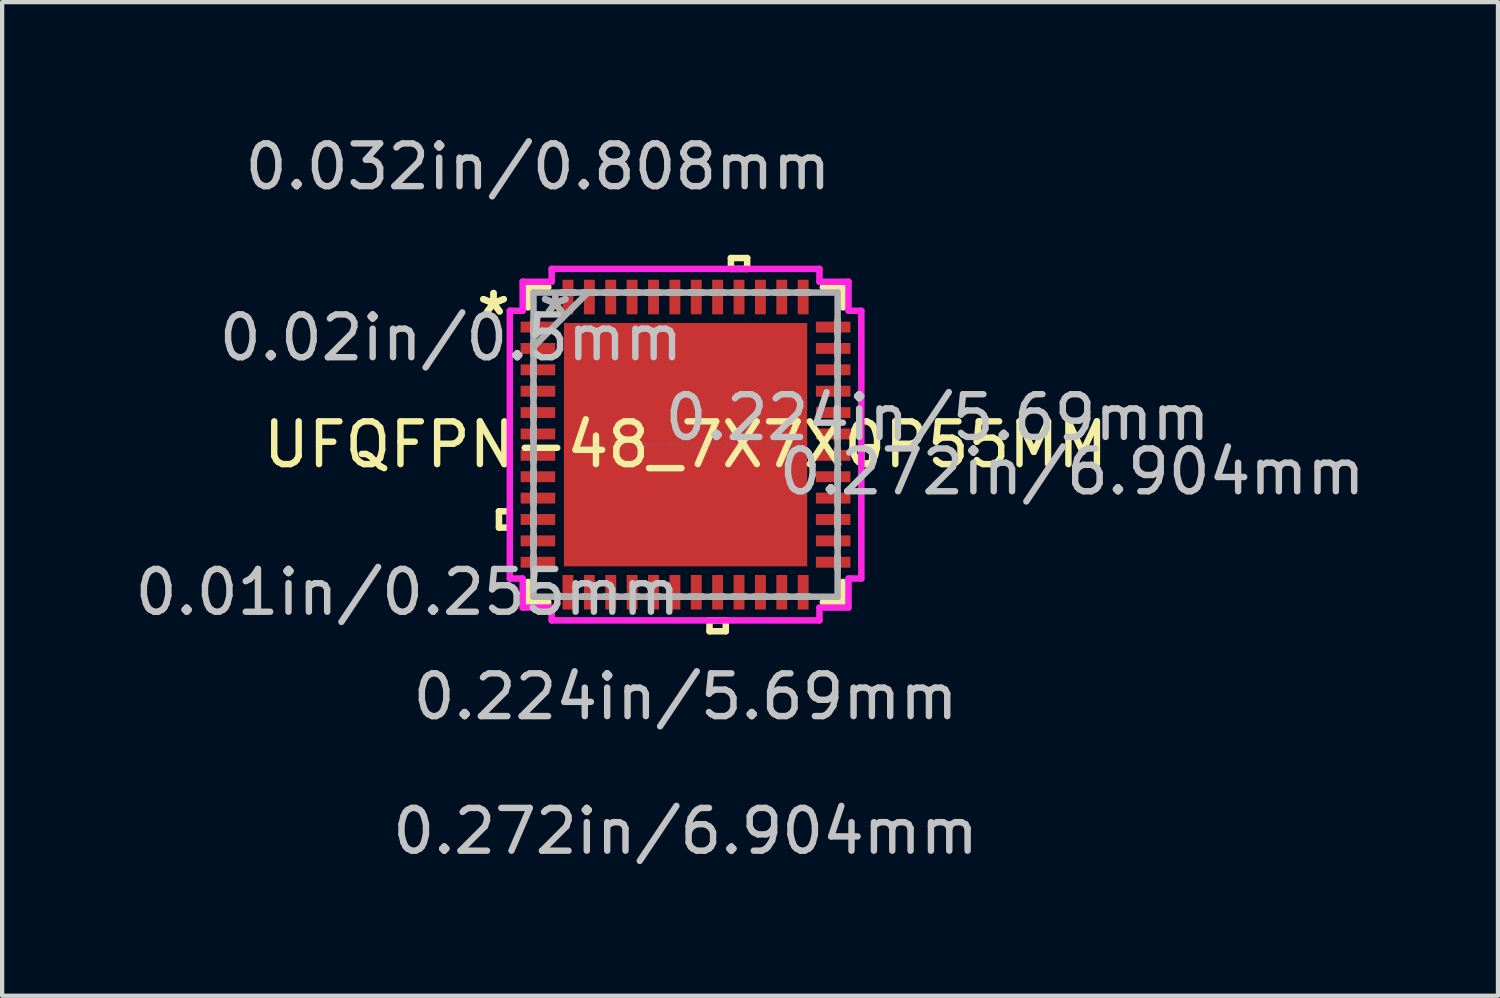
<source format=kicad_pcb>
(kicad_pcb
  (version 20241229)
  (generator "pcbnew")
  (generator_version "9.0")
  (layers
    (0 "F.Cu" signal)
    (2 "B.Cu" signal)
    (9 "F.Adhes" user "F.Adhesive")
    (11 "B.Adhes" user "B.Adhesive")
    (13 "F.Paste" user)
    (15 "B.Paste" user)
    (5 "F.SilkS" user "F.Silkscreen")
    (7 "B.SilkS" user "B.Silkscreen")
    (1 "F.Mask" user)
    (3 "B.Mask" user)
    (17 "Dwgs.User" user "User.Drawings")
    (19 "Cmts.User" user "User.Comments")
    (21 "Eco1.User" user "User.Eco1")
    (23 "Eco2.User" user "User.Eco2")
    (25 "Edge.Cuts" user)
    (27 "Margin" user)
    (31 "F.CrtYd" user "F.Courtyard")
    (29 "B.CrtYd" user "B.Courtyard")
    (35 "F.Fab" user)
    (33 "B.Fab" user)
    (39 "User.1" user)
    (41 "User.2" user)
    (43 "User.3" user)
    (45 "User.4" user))
  (footprint "UFQFPN-48_7X7X0P55MM"
    (layer "F.Cu")
    (at 12.982 7.348)
    (property "Reference" "UFQFPN-48_7X7X0P55MM" (at 0 0 0) (layer "F.SilkS") (effects (font (size 1 1) (thickness 0.15))))
    (attr through_hole)
    (fp_line (start -4.364 1.559) (end -4.364 1.94) (stroke (width 0.152) (type solid)) (layer "F.SilkS"))
    (fp_line (start -4.364 1.94) (end -4.11 1.94) (stroke (width 0.152) (type solid)) (layer "F.SilkS"))
    (fp_line (start -4.11 1.559) (end -4.364 1.559) (stroke (width 0.152) (type solid)) (layer "F.SilkS"))
    (fp_line (start -4.11 1.94) (end -4.11 1.559) (stroke (width 0.152) (type solid)) (layer "F.SilkS"))
    (fp_line (start -3.683 -3.683) (end -3.683 -3.21) (stroke (width 0.152) (type solid)) (layer "F.SilkS"))
    (fp_line (start -3.683 3.21) (end -3.683 3.683) (stroke (width 0.152) (type solid)) (layer "F.SilkS"))
    (fp_line (start -3.683 3.683) (end -3.21 3.683) (stroke (width 0.152) (type solid)) (layer "F.SilkS"))
    (fp_line (start -3.21 -3.683) (end -3.683 -3.683) (stroke (width 0.152) (type solid)) (layer "F.SilkS"))
    (fp_line (start 0.56 4.11) (end 0.56 4.364) (stroke (width 0.152) (type solid)) (layer "F.SilkS"))
    (fp_line (start 0.56 4.364) (end 0.941 4.364) (stroke (width 0.152) (type solid)) (layer "F.SilkS"))
    (fp_line (start 0.941 4.11) (end 0.56 4.11) (stroke (width 0.152) (type solid)) (layer "F.SilkS"))
    (fp_line (start 0.941 4.364) (end 0.941 4.11) (stroke (width 0.152) (type solid)) (layer "F.SilkS"))
    (fp_line (start 1.06 -4.364) (end 1.44 -4.364) (stroke (width 0.152) (type solid)) (layer "F.SilkS"))
    (fp_line (start 1.06 -4.11) (end 1.06 -4.364) (stroke (width 0.152) (type solid)) (layer "F.SilkS"))
    (fp_line (start 1.44 -4.364) (end 1.44 -4.11) (stroke (width 0.152) (type solid)) (layer "F.SilkS"))
    (fp_line (start 1.44 -4.11) (end 1.06 -4.11) (stroke (width 0.152) (type solid)) (layer "F.SilkS"))
    (fp_line (start 3.21 3.683) (end 3.683 3.683) (stroke (width 0.152) (type solid)) (layer "F.SilkS"))
    (fp_line (start 3.683 -3.683) (end 3.21 -3.683) (stroke (width 0.152) (type solid)) (layer "F.SilkS"))
    (fp_line (start 3.683 -3.21) (end 3.683 -3.683) (stroke (width 0.152) (type solid)) (layer "F.SilkS"))
    (fp_line (start 3.683 3.683) (end 3.683 3.21) (stroke (width 0.152) (type solid)) (layer "F.SilkS"))
    (fp_line (start 4.11 0.059) (end 4.364 0.059) (stroke (width 0.152) (type solid)) (layer "F.SilkS"))
    (fp_line (start 4.11 0.441) (end 4.11 0.059) (stroke (width 0.152) (type solid)) (layer "F.SilkS"))
    (fp_line (start 4.364 0.059) (end 4.364 0.441) (stroke (width 0.152) (type solid)) (layer "F.SilkS"))
    (fp_line (start 4.364 0.441) (end 4.11 0.441) (stroke (width 0.152) (type solid)) (layer "F.SilkS"))
    (fp_line (start -2.745 -2.745) (end -2.745 -1.522) (stroke (width 0.152) (type solid)) (layer "F.Paste"))
    (fp_line (start -2.745 -1.522) (end -1.522 -1.522) (stroke (width 0.152) (type solid)) (layer "F.Paste"))
    (fp_line (start -2.745 -1.322) (end -2.745 -0.1) (stroke (width 0.152) (type solid)) (layer "F.Paste"))
    (fp_line (start -2.745 -0.1) (end -1.522 -0.1) (stroke (width 0.152) (type solid)) (layer "F.Paste"))
    (fp_line (start -2.745 0.1) (end -2.745 1.322) (stroke (width 0.152) (type solid)) (layer "F.Paste"))
    (fp_line (start -2.745 1.322) (end -1.522 1.322) (stroke (width 0.152) (type solid)) (layer "F.Paste"))
    (fp_line (start -2.745 1.522) (end -2.745 2.745) (stroke (width 0.152) (type solid)) (layer "F.Paste"))
    (fp_line (start -2.745 2.745) (end -1.522 2.745) (stroke (width 0.152) (type solid)) (layer "F.Paste"))
    (fp_line (start -1.522 -2.745) (end -2.745 -2.745) (stroke (width 0.152) (type solid)) (layer "F.Paste"))
    (fp_line (start -1.522 -1.522) (end -1.522 -2.745) (stroke (width 0.152) (type solid)) (layer "F.Paste"))
    (fp_line (start -1.522 -1.322) (end -2.745 -1.322) (stroke (width 0.152) (type solid)) (layer "F.Paste"))
    (fp_line (start -1.522 -0.1) (end -1.522 -1.322) (stroke (width 0.152) (type solid)) (layer "F.Paste"))
    (fp_line (start -1.522 0.1) (end -2.745 0.1) (stroke (width 0.152) (type solid)) (layer "F.Paste"))
    (fp_line (start -1.522 1.322) (end -1.522 0.1) (stroke (width 0.152) (type solid)) (layer "F.Paste"))
    (fp_line (start -1.522 1.522) (end -2.745 1.522) (stroke (width 0.152) (type solid)) (layer "F.Paste"))
    (fp_line (start -1.522 2.745) (end -1.522 1.522) (stroke (width 0.152) (type solid)) (layer "F.Paste"))
    (fp_line (start -1.322 -2.745) (end -1.322 -1.522) (stroke (width 0.152) (type solid)) (layer "F.Paste"))
    (fp_line (start -1.322 -1.522) (end -0.1 -1.522) (stroke (width 0.152) (type solid)) (layer "F.Paste"))
    (fp_line (start -1.322 -1.322) (end -1.322 -0.1) (stroke (width 0.152) (type solid)) (layer "F.Paste"))
    (fp_line (start -1.322 -0.1) (end -0.1 -0.1) (stroke (width 0.152) (type solid)) (layer "F.Paste"))
    (fp_line (start -1.322 0.1) (end -1.322 1.322) (stroke (width 0.152) (type solid)) (layer "F.Paste"))
    (fp_line (start -1.322 1.322) (end -0.1 1.322) (stroke (width 0.152) (type solid)) (layer "F.Paste"))
    (fp_line (start -1.322 1.522) (end -1.322 2.745) (stroke (width 0.152) (type solid)) (layer "F.Paste"))
    (fp_line (start -1.322 2.745) (end -0.1 2.745) (stroke (width 0.152) (type solid)) (layer "F.Paste"))
    (fp_line (start -0.1 -2.745) (end -1.322 -2.745) (stroke (width 0.152) (type solid)) (layer "F.Paste"))
    (fp_line (start -0.1 -1.522) (end -0.1 -2.745) (stroke (width 0.152) (type solid)) (layer "F.Paste"))
    (fp_line (start -0.1 -1.322) (end -1.322 -1.322) (stroke (width 0.152) (type solid)) (layer "F.Paste"))
    (fp_line (start -0.1 -0.1) (end -0.1 -1.322) (stroke (width 0.152) (type solid)) (layer "F.Paste"))
    (fp_line (start -0.1 0.1) (end -1.322 0.1) (stroke (width 0.152) (type solid)) (layer "F.Paste"))
    (fp_line (start -0.1 1.322) (end -0.1 0.1) (stroke (width 0.152) (type solid)) (layer "F.Paste"))
    (fp_line (start -0.1 1.522) (end -1.322 1.522) (stroke (width 0.152) (type solid)) (layer "F.Paste"))
    (fp_line (start -0.1 2.745) (end -0.1 1.522) (stroke (width 0.152) (type solid)) (layer "F.Paste"))
    (fp_line (start 0.1 -2.745) (end 0.1 -1.522) (stroke (width 0.152) (type solid)) (layer "F.Paste"))
    (fp_line (start 0.1 -1.522) (end 1.322 -1.522) (stroke (width 0.152) (type solid)) (layer "F.Paste"))
    (fp_line (start 0.1 -1.322) (end 0.1 -0.1) (stroke (width 0.152) (type solid)) (layer "F.Paste"))
    (fp_line (start 0.1 -0.1) (end 1.322 -0.1) (stroke (width 0.152) (type solid)) (layer "F.Paste"))
    (fp_line (start 0.1 0.1) (end 0.1 1.322) (stroke (width 0.152) (type solid)) (layer "F.Paste"))
    (fp_line (start 0.1 1.322) (end 1.322 1.322) (stroke (width 0.152) (type solid)) (layer "F.Paste"))
    (fp_line (start 0.1 1.522) (end 0.1 2.745) (stroke (width 0.152) (type solid)) (layer "F.Paste"))
    (fp_line (start 0.1 2.745) (end 1.322 2.745) (stroke (width 0.152) (type solid)) (layer "F.Paste"))
    (fp_line (start 1.322 -2.745) (end 0.1 -2.745) (stroke (width 0.152) (type solid)) (layer "F.Paste"))
    (fp_line (start 1.322 -1.522) (end 1.322 -2.745) (stroke (width 0.152) (type solid)) (layer "F.Paste"))
    (fp_line (start 1.322 -1.322) (end 0.1 -1.322) (stroke (width 0.152) (type solid)) (layer "F.Paste"))
    (fp_line (start 1.322 -0.1) (end 1.322 -1.322) (stroke (width 0.152) (type solid)) (layer "F.Paste"))
    (fp_line (start 1.322 0.1) (end 0.1 0.1) (stroke (width 0.152) (type solid)) (layer "F.Paste"))
    (fp_line (start 1.322 1.322) (end 1.322 0.1) (stroke (width 0.152) (type solid)) (layer "F.Paste"))
    (fp_line (start 1.322 1.522) (end 0.1 1.522) (stroke (width 0.152) (type solid)) (layer "F.Paste"))
    (fp_line (start 1.322 2.745) (end 1.322 1.522) (stroke (width 0.152) (type solid)) (layer "F.Paste"))
    (fp_line (start 1.522 -2.745) (end 1.522 -1.522) (stroke (width 0.152) (type solid)) (layer "F.Paste"))
    (fp_line (start 1.522 -1.522) (end 2.745 -1.522) (stroke (width 0.152) (type solid)) (layer "F.Paste"))
    (fp_line (start 1.522 -1.322) (end 1.522 -0.1) (stroke (width 0.152) (type solid)) (layer "F.Paste"))
    (fp_line (start 1.522 -0.1) (end 2.745 -0.1) (stroke (width 0.152) (type solid)) (layer "F.Paste"))
    (fp_line (start 1.522 0.1) (end 1.522 1.322) (stroke (width 0.152) (type solid)) (layer "F.Paste"))
    (fp_line (start 1.522 1.322) (end 2.745 1.322) (stroke (width 0.152) (type solid)) (layer "F.Paste"))
    (fp_line (start 1.522 1.522) (end 1.522 2.745) (stroke (width 0.152) (type solid)) (layer "F.Paste"))
    (fp_line (start 1.522 2.745) (end 2.745 2.745) (stroke (width 0.152) (type solid)) (layer "F.Paste"))
    (fp_line (start 2.745 -2.745) (end 1.522 -2.745) (stroke (width 0.152) (type solid)) (layer "F.Paste"))
    (fp_line (start 2.745 -1.522) (end 2.745 -2.745) (stroke (width 0.152) (type solid)) (layer "F.Paste"))
    (fp_line (start 2.745 -1.322) (end 1.522 -1.322) (stroke (width 0.152) (type solid)) (layer "F.Paste"))
    (fp_line (start 2.745 -0.1) (end 2.745 -1.322) (stroke (width 0.152) (type solid)) (layer "F.Paste"))
    (fp_line (start 2.745 0.1) (end 1.522 0.1) (stroke (width 0.152) (type solid)) (layer "F.Paste"))
    (fp_line (start 2.745 1.322) (end 2.745 0.1) (stroke (width 0.152) (type solid)) (layer "F.Paste"))
    (fp_line (start 2.745 1.522) (end 1.522 1.522) (stroke (width 0.152) (type solid)) (layer "F.Paste"))
    (fp_line (start 2.745 2.745) (end 2.745 1.522) (stroke (width 0.152) (type solid)) (layer "F.Paste"))
    (fp_line (start -4.11 -3.131) (end -3.81 -3.131) (stroke (width 0.152) (type solid)) (layer "F.CrtYd"))
    (fp_line (start -4.11 3.131) (end -4.11 -3.131) (stroke (width 0.152) (type solid)) (layer "F.CrtYd"))
    (fp_line (start -3.81 -3.81) (end -3.131 -3.81) (stroke (width 0.152) (type solid)) (layer "F.CrtYd"))
    (fp_line (start -3.81 -3.131) (end -3.81 -3.81) (stroke (width 0.152) (type solid)) (layer "F.CrtYd"))
    (fp_line (start -3.81 3.131) (end -4.11 3.131) (stroke (width 0.152) (type solid)) (layer "F.CrtYd"))
    (fp_line (start -3.81 3.81) (end -3.81 3.131) (stroke (width 0.152) (type solid)) (layer "F.CrtYd"))
    (fp_line (start -3.131 -4.11) (end 3.131 -4.11) (stroke (width 0.152) (type solid)) (layer "F.CrtYd"))
    (fp_line (start -3.131 -3.81) (end -3.131 -4.11) (stroke (width 0.152) (type solid)) (layer "F.CrtYd"))
    (fp_line (start -3.131 3.81) (end -3.81 3.81) (stroke (width 0.152) (type solid)) (layer "F.CrtYd"))
    (fp_line (start -3.131 4.11) (end -3.131 3.81) (stroke (width 0.152) (type solid)) (layer "F.CrtYd"))
    (fp_line (start 3.131 -4.11) (end 3.131 -3.81) (stroke (width 0.152) (type solid)) (layer "F.CrtYd"))
    (fp_line (start 3.131 -3.81) (end 3.81 -3.81) (stroke (width 0.152) (type solid)) (layer "F.CrtYd"))
    (fp_line (start 3.131 3.81) (end 3.131 4.11) (stroke (width 0.152) (type solid)) (layer "F.CrtYd"))
    (fp_line (start 3.131 4.11) (end -3.131 4.11) (stroke (width 0.152) (type solid)) (layer "F.CrtYd"))
    (fp_line (start 3.81 -3.81) (end 3.81 -3.131) (stroke (width 0.152) (type solid)) (layer "F.CrtYd"))
    (fp_line (start 3.81 -3.131) (end 4.11 -3.131) (stroke (width 0.152) (type solid)) (layer "F.CrtYd"))
    (fp_line (start 3.81 3.131) (end 3.81 3.81) (stroke (width 0.152) (type solid)) (layer "F.CrtYd"))
    (fp_line (start 3.81 3.81) (end 3.131 3.81) (stroke (width 0.152) (type solid)) (layer "F.CrtYd"))
    (fp_line (start 4.11 -3.131) (end 4.11 3.131) (stroke (width 0.152) (type solid)) (layer "F.CrtYd"))
    (fp_line (start 4.11 3.131) (end 3.81 3.131) (stroke (width 0.152) (type solid)) (layer "F.CrtYd"))
    (fp_line (start -3.556 -3.556) (end -3.556 -3.556) (stroke (width 0.152) (type solid)) (layer "F.Fab"))
    (fp_line (start -3.556 -3.556) (end -3.556 3.556) (stroke (width 0.152) (type solid)) (layer "F.Fab"))
    (fp_line (start -3.556 -2.902) (end -3.556 -2.902) (stroke (width 0.152) (type solid)) (layer "F.Fab"))
    (fp_line (start -3.556 -2.902) (end -3.556 -2.598) (stroke (width 0.152) (type solid)) (layer "F.Fab"))
    (fp_line (start -3.556 -2.598) (end -3.556 -2.902) (stroke (width 0.152) (type solid)) (layer "F.Fab"))
    (fp_line (start -3.556 -2.598) (end -3.556 -2.598) (stroke (width 0.152) (type solid)) (layer "F.Fab"))
    (fp_line (start -3.556 -2.402) (end -3.556 -2.402) (stroke (width 0.152) (type solid)) (layer "F.Fab"))
    (fp_line (start -3.556 -2.402) (end -3.556 -2.098) (stroke (width 0.152) (type solid)) (layer "F.Fab"))
    (fp_line (start -3.556 -2.286) (end -2.286 -3.556) (stroke (width 0.152) (type solid)) (layer "F.Fab"))
    (fp_line (start -3.556 -2.098) (end -3.556 -2.402) (stroke (width 0.152) (type solid)) (layer "F.Fab"))
    (fp_line (start -3.556 -2.098) (end -3.556 -2.098) (stroke (width 0.152) (type solid)) (layer "F.Fab"))
    (fp_line (start -3.556 -1.902) (end -3.556 -1.902) (stroke (width 0.152) (type solid)) (layer "F.Fab"))
    (fp_line (start -3.556 -1.902) (end -3.556 -1.598) (stroke (width 0.152) (type solid)) (layer "F.Fab"))
    (fp_line (start -3.556 -1.598) (end -3.556 -1.902) (stroke (width 0.152) (type solid)) (layer "F.Fab"))
    (fp_line (start -3.556 -1.598) (end -3.556 -1.598) (stroke (width 0.152) (type solid)) (layer "F.Fab"))
    (fp_line (start -3.556 -1.402) (end -3.556 -1.402) (stroke (width 0.152) (type solid)) (layer "F.Fab"))
    (fp_line (start -3.556 -1.402) (end -3.556 -1.098) (stroke (width 0.152) (type solid)) (layer "F.Fab"))
    (fp_line (start -3.556 -1.098) (end -3.556 -1.402) (stroke (width 0.152) (type solid)) (layer "F.Fab"))
    (fp_line (start -3.556 -1.098) (end -3.556 -1.098) (stroke (width 0.152) (type solid)) (layer "F.Fab"))
    (fp_line (start -3.556 -0.902) (end -3.556 -0.902) (stroke (width 0.152) (type solid)) (layer "F.Fab"))
    (fp_line (start -3.556 -0.902) (end -3.556 -0.598) (stroke (width 0.152) (type solid)) (layer "F.Fab"))
    (fp_line (start -3.556 -0.598) (end -3.556 -0.902) (stroke (width 0.152) (type solid)) (layer "F.Fab"))
    (fp_line (start -3.556 -0.598) (end -3.556 -0.598) (stroke (width 0.152) (type solid)) (layer "F.Fab"))
    (fp_line (start -3.556 -0.402) (end -3.556 -0.402) (stroke (width 0.152) (type solid)) (layer "F.Fab"))
    (fp_line (start -3.556 -0.402) (end -3.556 -0.098) (stroke (width 0.152) (type solid)) (layer "F.Fab"))
    (fp_line (start -3.556 -0.098) (end -3.556 -0.402) (stroke (width 0.152) (type solid)) (layer "F.Fab"))
    (fp_line (start -3.556 -0.098) (end -3.556 -0.098) (stroke (width 0.152) (type solid)) (layer "F.Fab"))
    (fp_line (start -3.556 0.098) (end -3.556 0.098) (stroke (width 0.152) (type solid)) (layer "F.Fab"))
    (fp_line (start -3.556 0.098) (end -3.556 0.402) (stroke (width 0.152) (type solid)) (layer "F.Fab"))
    (fp_line (start -3.556 0.402) (end -3.556 0.098) (stroke (width 0.152) (type solid)) (layer "F.Fab"))
    (fp_line (start -3.556 0.402) (end -3.556 0.402) (stroke (width 0.152) (type solid)) (layer "F.Fab"))
    (fp_line (start -3.556 0.598) (end -3.556 0.598) (stroke (width 0.152) (type solid)) (layer "F.Fab"))
    (fp_line (start -3.556 0.598) (end -3.556 0.902) (stroke (width 0.152) (type solid)) (layer "F.Fab"))
    (fp_line (start -3.556 0.902) (end -3.556 0.598) (stroke (width 0.152) (type solid)) (layer "F.Fab"))
    (fp_line (start -3.556 0.902) (end -3.556 0.902) (stroke (width 0.152) (type solid)) (layer "F.Fab"))
    (fp_line (start -3.556 1.098) (end -3.556 1.098) (stroke (width 0.152) (type solid)) (layer "F.Fab"))
    (fp_line (start -3.556 1.098) (end -3.556 1.402) (stroke (width 0.152) (type solid)) (layer "F.Fab"))
    (fp_line (start -3.556 1.402) (end -3.556 1.098) (stroke (width 0.152) (type solid)) (layer "F.Fab"))
    (fp_line (start -3.556 1.402) (end -3.556 1.402) (stroke (width 0.152) (type solid)) (layer "F.Fab"))
    (fp_line (start -3.556 1.598) (end -3.556 1.598) (stroke (width 0.152) (type solid)) (layer "F.Fab"))
    (fp_line (start -3.556 1.598) (end -3.556 1.902) (stroke (width 0.152) (type solid)) (layer "F.Fab"))
    (fp_line (start -3.556 1.902) (end -3.556 1.598) (stroke (width 0.152) (type solid)) (layer "F.Fab"))
    (fp_line (start -3.556 1.902) (end -3.556 1.902) (stroke (width 0.152) (type solid)) (layer "F.Fab"))
    (fp_line (start -3.556 2.098) (end -3.556 2.098) (stroke (width 0.152) (type solid)) (layer "F.Fab"))
    (fp_line (start -3.556 2.098) (end -3.556 2.402) (stroke (width 0.152) (type solid)) (layer "F.Fab"))
    (fp_line (start -3.556 2.402) (end -3.556 2.098) (stroke (width 0.152) (type solid)) (layer "F.Fab"))
    (fp_line (start -3.556 2.402) (end -3.556 2.402) (stroke (width 0.152) (type solid)) (layer "F.Fab"))
    (fp_line (start -3.556 2.598) (end -3.556 2.598) (stroke (width 0.152) (type solid)) (layer "F.Fab"))
    (fp_line (start -3.556 2.598) (end -3.556 2.902) (stroke (width 0.152) (type solid)) (layer "F.Fab"))
    (fp_line (start -3.556 2.902) (end -3.556 2.598) (stroke (width 0.152) (type solid)) (layer "F.Fab"))
    (fp_line (start -3.556 2.902) (end -3.556 2.902) (stroke (width 0.152) (type solid)) (layer "F.Fab"))
    (fp_line (start -3.556 3.556) (end -3.556 3.556) (stroke (width 0.152) (type solid)) (layer "F.Fab"))
    (fp_line (start -3.556 3.556) (end 3.556 3.556) (stroke (width 0.152) (type solid)) (layer "F.Fab"))
    (fp_line (start -2.902 -3.556) (end -2.902 -3.556) (stroke (width 0.152) (type solid)) (layer "F.Fab"))
    (fp_line (start -2.902 -3.556) (end -2.598 -3.556) (stroke (width 0.152) (type solid)) (layer "F.Fab"))
    (fp_line (start -2.902 3.556) (end -2.902 3.556) (stroke (width 0.152) (type solid)) (layer "F.Fab"))
    (fp_line (start -2.902 3.556) (end -2.598 3.556) (stroke (width 0.152) (type solid)) (layer "F.Fab"))
    (fp_line (start -2.598 -3.556) (end -2.902 -3.556) (stroke (width 0.152) (type solid)) (layer "F.Fab"))
    (fp_line (start -2.598 -3.556) (end -2.598 -3.556) (stroke (width 0.152) (type solid)) (layer "F.Fab"))
    (fp_line (start -2.598 3.556) (end -2.902 3.556) (stroke (width 0.152) (type solid)) (layer "F.Fab"))
    (fp_line (start -2.598 3.556) (end -2.598 3.556) (stroke (width 0.152) (type solid)) (layer "F.Fab"))
    (fp_line (start -2.402 -3.556) (end -2.402 -3.556) (stroke (width 0.152) (type solid)) (layer "F.Fab"))
    (fp_line (start -2.402 -3.556) (end -2.098 -3.556) (stroke (width 0.152) (type solid)) (layer "F.Fab"))
    (fp_line (start -2.402 3.556) (end -2.402 3.556) (stroke (width 0.152) (type solid)) (layer "F.Fab"))
    (fp_line (start -2.402 3.556) (end -2.098 3.556) (stroke (width 0.152) (type solid)) (layer "F.Fab"))
    (fp_line (start -2.098 -3.556) (end -2.402 -3.556) (stroke (width 0.152) (type solid)) (layer "F.Fab"))
    (fp_line (start -2.098 -3.556) (end -2.098 -3.556) (stroke (width 0.152) (type solid)) (layer "F.Fab"))
    (fp_line (start -2.098 3.556) (end -2.402 3.556) (stroke (width 0.152) (type solid)) (layer "F.Fab"))
    (fp_line (start -2.098 3.556) (end -2.098 3.556) (stroke (width 0.152) (type solid)) (layer "F.Fab"))
    (fp_line (start -1.902 -3.556) (end -1.902 -3.556) (stroke (width 0.152) (type solid)) (layer "F.Fab"))
    (fp_line (start -1.902 -3.556) (end -1.598 -3.556) (stroke (width 0.152) (type solid)) (layer "F.Fab"))
    (fp_line (start -1.902 3.556) (end -1.902 3.556) (stroke (width 0.152) (type solid)) (layer "F.Fab"))
    (fp_line (start -1.902 3.556) (end -1.598 3.556) (stroke (width 0.152) (type solid)) (layer "F.Fab"))
    (fp_line (start -1.598 -3.556) (end -1.902 -3.556) (stroke (width 0.152) (type solid)) (layer "F.Fab"))
    (fp_line (start -1.598 -3.556) (end -1.598 -3.556) (stroke (width 0.152) (type solid)) (layer "F.Fab"))
    (fp_line (start -1.598 3.556) (end -1.902 3.556) (stroke (width 0.152) (type solid)) (layer "F.Fab"))
    (fp_line (start -1.598 3.556) (end -1.598 3.556) (stroke (width 0.152) (type solid)) (layer "F.Fab"))
    (fp_line (start -1.402 -3.556) (end -1.402 -3.556) (stroke (width 0.152) (type solid)) (layer "F.Fab"))
    (fp_line (start -1.402 -3.556) (end -1.098 -3.556) (stroke (width 0.152) (type solid)) (layer "F.Fab"))
    (fp_line (start -1.402 3.556) (end -1.402 3.556) (stroke (width 0.152) (type solid)) (layer "F.Fab"))
    (fp_line (start -1.402 3.556) (end -1.098 3.556) (stroke (width 0.152) (type solid)) (layer "F.Fab"))
    (fp_line (start -1.098 -3.556) (end -1.402 -3.556) (stroke (width 0.152) (type solid)) (layer "F.Fab"))
    (fp_line (start -1.098 -3.556) (end -1.098 -3.556) (stroke (width 0.152) (type solid)) (layer "F.Fab"))
    (fp_line (start -1.098 3.556) (end -1.402 3.556) (stroke (width 0.152) (type solid)) (layer "F.Fab"))
    (fp_line (start -1.098 3.556) (end -1.098 3.556) (stroke (width 0.152) (type solid)) (layer "F.Fab"))
    (fp_line (start -0.902 -3.556) (end -0.902 -3.556) (stroke (width 0.152) (type solid)) (layer "F.Fab"))
    (fp_line (start -0.902 -3.556) (end -0.598 -3.556) (stroke (width 0.152) (type solid)) (layer "F.Fab"))
    (fp_line (start -0.902 3.556) (end -0.902 3.556) (stroke (width 0.152) (type solid)) (layer "F.Fab"))
    (fp_line (start -0.902 3.556) (end -0.598 3.556) (stroke (width 0.152) (type solid)) (layer "F.Fab"))
    (fp_line (start -0.598 -3.556) (end -0.902 -3.556) (stroke (width 0.152) (type solid)) (layer "F.Fab"))
    (fp_line (start -0.598 -3.556) (end -0.598 -3.556) (stroke (width 0.152) (type solid)) (layer "F.Fab"))
    (fp_line (start -0.598 3.556) (end -0.902 3.556) (stroke (width 0.152) (type solid)) (layer "F.Fab"))
    (fp_line (start -0.598 3.556) (end -0.598 3.556) (stroke (width 0.152) (type solid)) (layer "F.Fab"))
    (fp_line (start -0.402 -3.556) (end -0.402 -3.556) (stroke (width 0.152) (type solid)) (layer "F.Fab"))
    (fp_line (start -0.402 -3.556) (end -0.098 -3.556) (stroke (width 0.152) (type solid)) (layer "F.Fab"))
    (fp_line (start -0.402 3.556) (end -0.402 3.556) (stroke (width 0.152) (type solid)) (layer "F.Fab"))
    (fp_line (start -0.402 3.556) (end -0.098 3.556) (stroke (width 0.152) (type solid)) (layer "F.Fab"))
    (fp_line (start -0.098 -3.556) (end -0.402 -3.556) (stroke (width 0.152) (type solid)) (layer "F.Fab"))
    (fp_line (start -0.098 -3.556) (end -0.098 -3.556) (stroke (width 0.152) (type solid)) (layer "F.Fab"))
    (fp_line (start -0.098 3.556) (end -0.402 3.556) (stroke (width 0.152) (type solid)) (layer "F.Fab"))
    (fp_line (start -0.098 3.556) (end -0.098 3.556) (stroke (width 0.152) (type solid)) (layer "F.Fab"))
    (fp_line (start 0.098 -3.556) (end 0.098 -3.556) (stroke (width 0.152) (type solid)) (layer "F.Fab"))
    (fp_line (start 0.098 -3.556) (end 0.402 -3.556) (stroke (width 0.152) (type solid)) (layer "F.Fab"))
    (fp_line (start 0.098 3.556) (end 0.098 3.556) (stroke (width 0.152) (type solid)) (layer "F.Fab"))
    (fp_line (start 0.098 3.556) (end 0.402 3.556) (stroke (width 0.152) (type solid)) (layer "F.Fab"))
    (fp_line (start 0.402 -3.556) (end 0.098 -3.556) (stroke (width 0.152) (type solid)) (layer "F.Fab"))
    (fp_line (start 0.402 -3.556) (end 0.402 -3.556) (stroke (width 0.152) (type solid)) (layer "F.Fab"))
    (fp_line (start 0.402 3.556) (end 0.098 3.556) (stroke (width 0.152) (type solid)) (layer "F.Fab"))
    (fp_line (start 0.402 3.556) (end 0.402 3.556) (stroke (width 0.152) (type solid)) (layer "F.Fab"))
    (fp_line (start 0.598 -3.556) (end 0.598 -3.556) (stroke (width 0.152) (type solid)) (layer "F.Fab"))
    (fp_line (start 0.598 -3.556) (end 0.902 -3.556) (stroke (width 0.152) (type solid)) (layer "F.Fab"))
    (fp_line (start 0.598 3.556) (end 0.598 3.556) (stroke (width 0.152) (type solid)) (layer "F.Fab"))
    (fp_line (start 0.598 3.556) (end 0.902 3.556) (stroke (width 0.152) (type solid)) (layer "F.Fab"))
    (fp_line (start 0.902 -3.556) (end 0.598 -3.556) (stroke (width 0.152) (type solid)) (layer "F.Fab"))
    (fp_line (start 0.902 -3.556) (end 0.902 -3.556) (stroke (width 0.152) (type solid)) (layer "F.Fab"))
    (fp_line (start 0.902 3.556) (end 0.598 3.556) (stroke (width 0.152) (type solid)) (layer "F.Fab"))
    (fp_line (start 0.902 3.556) (end 0.902 3.556) (stroke (width 0.152) (type solid)) (layer "F.Fab"))
    (fp_line (start 1.098 -3.556) (end 1.098 -3.556) (stroke (width 0.152) (type solid)) (layer "F.Fab"))
    (fp_line (start 1.098 -3.556) (end 1.402 -3.556) (stroke (width 0.152) (type solid)) (layer "F.Fab"))
    (fp_line (start 1.098 3.556) (end 1.098 3.556) (stroke (width 0.152) (type solid)) (layer "F.Fab"))
    (fp_line (start 1.098 3.556) (end 1.402 3.556) (stroke (width 0.152) (type solid)) (layer "F.Fab"))
    (fp_line (start 1.402 -3.556) (end 1.098 -3.556) (stroke (width 0.152) (type solid)) (layer "F.Fab"))
    (fp_line (start 1.402 -3.556) (end 1.402 -3.556) (stroke (width 0.152) (type solid)) (layer "F.Fab"))
    (fp_line (start 1.402 3.556) (end 1.098 3.556) (stroke (width 0.152) (type solid)) (layer "F.Fab"))
    (fp_line (start 1.402 3.556) (end 1.402 3.556) (stroke (width 0.152) (type solid)) (layer "F.Fab"))
    (fp_line (start 1.598 -3.556) (end 1.598 -3.556) (stroke (width 0.152) (type solid)) (layer "F.Fab"))
    (fp_line (start 1.598 -3.556) (end 1.902 -3.556) (stroke (width 0.152) (type solid)) (layer "F.Fab"))
    (fp_line (start 1.598 3.556) (end 1.598 3.556) (stroke (width 0.152) (type solid)) (layer "F.Fab"))
    (fp_line (start 1.598 3.556) (end 1.902 3.556) (stroke (width 0.152) (type solid)) (layer "F.Fab"))
    (fp_line (start 1.902 -3.556) (end 1.598 -3.556) (stroke (width 0.152) (type solid)) (layer "F.Fab"))
    (fp_line (start 1.902 -3.556) (end 1.902 -3.556) (stroke (width 0.152) (type solid)) (layer "F.Fab"))
    (fp_line (start 1.902 3.556) (end 1.598 3.556) (stroke (width 0.152) (type solid)) (layer "F.Fab"))
    (fp_line (start 1.902 3.556) (end 1.902 3.556) (stroke (width 0.152) (type solid)) (layer "F.Fab"))
    (fp_line (start 2.098 -3.556) (end 2.098 -3.556) (stroke (width 0.152) (type solid)) (layer "F.Fab"))
    (fp_line (start 2.098 -3.556) (end 2.402 -3.556) (stroke (width 0.152) (type solid)) (layer "F.Fab"))
    (fp_line (start 2.098 3.556) (end 2.098 3.556) (stroke (width 0.152) (type solid)) (layer "F.Fab"))
    (fp_line (start 2.098 3.556) (end 2.402 3.556) (stroke (width 0.152) (type solid)) (layer "F.Fab"))
    (fp_line (start 2.402 -3.556) (end 2.098 -3.556) (stroke (width 0.152) (type solid)) (layer "F.Fab"))
    (fp_line (start 2.402 -3.556) (end 2.402 -3.556) (stroke (width 0.152) (type solid)) (layer "F.Fab"))
    (fp_line (start 2.402 3.556) (end 2.098 3.556) (stroke (width 0.152) (type solid)) (layer "F.Fab"))
    (fp_line (start 2.402 3.556) (end 2.402 3.556) (stroke (width 0.152) (type solid)) (layer "F.Fab"))
    (fp_line (start 2.598 -3.556) (end 2.598 -3.556) (stroke (width 0.152) (type solid)) (layer "F.Fab"))
    (fp_line (start 2.598 -3.556) (end 2.902 -3.556) (stroke (width 0.152) (type solid)) (layer "F.Fab"))
    (fp_line (start 2.598 3.556) (end 2.598 3.556) (stroke (width 0.152) (type solid)) (layer "F.Fab"))
    (fp_line (start 2.598 3.556) (end 2.902 3.556) (stroke (width 0.152) (type solid)) (layer "F.Fab"))
    (fp_line (start 2.902 -3.556) (end 2.598 -3.556) (stroke (width 0.152) (type solid)) (layer "F.Fab"))
    (fp_line (start 2.902 -3.556) (end 2.902 -3.556) (stroke (width 0.152) (type solid)) (layer "F.Fab"))
    (fp_line (start 2.902 3.556) (end 2.598 3.556) (stroke (width 0.152) (type solid)) (layer "F.Fab"))
    (fp_line (start 2.902 3.556) (end 2.902 3.556) (stroke (width 0.152) (type solid)) (layer "F.Fab"))
    (fp_line (start 3.556 -3.556) (end -3.556 -3.556) (stroke (width 0.152) (type solid)) (layer "F.Fab"))
    (fp_line (start 3.556 -3.556) (end 3.556 -3.556) (stroke (width 0.152) (type solid)) (layer "F.Fab"))
    (fp_line (start 3.556 -2.902) (end 3.556 -2.902) (stroke (width 0.152) (type solid)) (layer "F.Fab"))
    (fp_line (start 3.556 -2.902) (end 3.556 -2.598) (stroke (width 0.152) (type solid)) (layer "F.Fab"))
    (fp_line (start 3.556 -2.598) (end 3.556 -2.902) (stroke (width 0.152) (type solid)) (layer "F.Fab"))
    (fp_line (start 3.556 -2.598) (end 3.556 -2.598) (stroke (width 0.152) (type solid)) (layer "F.Fab"))
    (fp_line (start 3.556 -2.402) (end 3.556 -2.402) (stroke (width 0.152) (type solid)) (layer "F.Fab"))
    (fp_line (start 3.556 -2.402) (end 3.556 -2.098) (stroke (width 0.152) (type solid)) (layer "F.Fab"))
    (fp_line (start 3.556 -2.098) (end 3.556 -2.402) (stroke (width 0.152) (type solid)) (layer "F.Fab"))
    (fp_line (start 3.556 -2.098) (end 3.556 -2.098) (stroke (width 0.152) (type solid)) (layer "F.Fab"))
    (fp_line (start 3.556 -1.902) (end 3.556 -1.902) (stroke (width 0.152) (type solid)) (layer "F.Fab"))
    (fp_line (start 3.556 -1.902) (end 3.556 -1.598) (stroke (width 0.152) (type solid)) (layer "F.Fab"))
    (fp_line (start 3.556 -1.598) (end 3.556 -1.902) (stroke (width 0.152) (type solid)) (layer "F.Fab"))
    (fp_line (start 3.556 -1.598) (end 3.556 -1.598) (stroke (width 0.152) (type solid)) (layer "F.Fab"))
    (fp_line (start 3.556 -1.402) (end 3.556 -1.402) (stroke (width 0.152) (type solid)) (layer "F.Fab"))
    (fp_line (start 3.556 -1.402) (end 3.556 -1.098) (stroke (width 0.152) (type solid)) (layer "F.Fab"))
    (fp_line (start 3.556 -1.098) (end 3.556 -1.402) (stroke (width 0.152) (type solid)) (layer "F.Fab"))
    (fp_line (start 3.556 -1.098) (end 3.556 -1.098) (stroke (width 0.152) (type solid)) (layer "F.Fab"))
    (fp_line (start 3.556 -0.902) (end 3.556 -0.902) (stroke (width 0.152) (type solid)) (layer "F.Fab"))
    (fp_line (start 3.556 -0.902) (end 3.556 -0.598) (stroke (width 0.152) (type solid)) (layer "F.Fab"))
    (fp_line (start 3.556 -0.598) (end 3.556 -0.902) (stroke (width 0.152) (type solid)) (layer "F.Fab"))
    (fp_line (start 3.556 -0.598) (end 3.556 -0.598) (stroke (width 0.152) (type solid)) (layer "F.Fab"))
    (fp_line (start 3.556 -0.402) (end 3.556 -0.402) (stroke (width 0.152) (type solid)) (layer "F.Fab"))
    (fp_line (start 3.556 -0.402) (end 3.556 -0.098) (stroke (width 0.152) (type solid)) (layer "F.Fab"))
    (fp_line (start 3.556 -0.098) (end 3.556 -0.402) (stroke (width 0.152) (type solid)) (layer "F.Fab"))
    (fp_line (start 3.556 -0.098) (end 3.556 -0.098) (stroke (width 0.152) (type solid)) (layer "F.Fab"))
    (fp_line (start 3.556 0.098) (end 3.556 0.098) (stroke (width 0.152) (type solid)) (layer "F.Fab"))
    (fp_line (start 3.556 0.098) (end 3.556 0.402) (stroke (width 0.152) (type solid)) (layer "F.Fab"))
    (fp_line (start 3.556 0.402) (end 3.556 0.098) (stroke (width 0.152) (type solid)) (layer "F.Fab"))
    (fp_line (start 3.556 0.402) (end 3.556 0.402) (stroke (width 0.152) (type solid)) (layer "F.Fab"))
    (fp_line (start 3.556 0.598) (end 3.556 0.598) (stroke (width 0.152) (type solid)) (layer "F.Fab"))
    (fp_line (start 3.556 0.598) (end 3.556 0.902) (stroke (width 0.152) (type solid)) (layer "F.Fab"))
    (fp_line (start 3.556 0.902) (end 3.556 0.598) (stroke (width 0.152) (type solid)) (layer "F.Fab"))
    (fp_line (start 3.556 0.902) (end 3.556 0.902) (stroke (width 0.152) (type solid)) (layer "F.Fab"))
    (fp_line (start 3.556 1.098) (end 3.556 1.098) (stroke (width 0.152) (type solid)) (layer "F.Fab"))
    (fp_line (start 3.556 1.098) (end 3.556 1.402) (stroke (width 0.152) (type solid)) (layer "F.Fab"))
    (fp_line (start 3.556 1.402) (end 3.556 1.098) (stroke (width 0.152) (type solid)) (layer "F.Fab"))
    (fp_line (start 3.556 1.402) (end 3.556 1.402) (stroke (width 0.152) (type solid)) (layer "F.Fab"))
    (fp_line (start 3.556 1.598) (end 3.556 1.598) (stroke (width 0.152) (type solid)) (layer "F.Fab"))
    (fp_line (start 3.556 1.598) (end 3.556 1.902) (stroke (width 0.152) (type solid)) (layer "F.Fab"))
    (fp_line (start 3.556 1.902) (end 3.556 1.598) (stroke (width 0.152) (type solid)) (layer "F.Fab"))
    (fp_line (start 3.556 1.902) (end 3.556 1.902) (stroke (width 0.152) (type solid)) (layer "F.Fab"))
    (fp_line (start 3.556 2.098) (end 3.556 2.098) (stroke (width 0.152) (type solid)) (layer "F.Fab"))
    (fp_line (start 3.556 2.098) (end 3.556 2.402) (stroke (width 0.152) (type solid)) (layer "F.Fab"))
    (fp_line (start 3.556 2.402) (end 3.556 2.098) (stroke (width 0.152) (type solid)) (layer "F.Fab"))
    (fp_line (start 3.556 2.402) (end 3.556 2.402) (stroke (width 0.152) (type solid)) (layer "F.Fab"))
    (fp_line (start 3.556 2.598) (end 3.556 2.598) (stroke (width 0.152) (type solid)) (layer "F.Fab"))
    (fp_line (start 3.556 2.598) (end 3.556 2.902) (stroke (width 0.152) (type solid)) (layer "F.Fab"))
    (fp_line (start 3.556 2.902) (end 3.556 2.598) (stroke (width 0.152) (type solid)) (layer "F.Fab"))
    (fp_line (start 3.556 2.902) (end 3.556 2.902) (stroke (width 0.152) (type solid)) (layer "F.Fab"))
    (fp_line (start 3.556 3.556) (end 3.556 -3.556) (stroke (width 0.152) (type solid)) (layer "F.Fab"))
    (fp_line (start 3.556 3.556) (end 3.556 3.556) (stroke (width 0.152) (type solid)) (layer "F.Fab"))
    (fp_text user "*" (at -4.491 -3 0) (layer "F.SilkS") (effects (font (size 1 1) (thickness 0.15))))
    (fp_text user "*" (at -4.491 -3 0) (layer "F.SilkS") (effects (font (size 1 1) (thickness 0.15))))
    (fp_text user "0.032in/0.808mm" (at -3.452 -6.5 0) (layer "Dwgs.User") (effects (font (size 1 1) (thickness 0.15))))
    (fp_text user "0.224in/5.69mm" (at 5.893 -0.635 0) (layer "Dwgs.User") (effects (font (size 1 1) (thickness 0.15))))
    (fp_text user "0.272in/6.904mm" (at 9.04 0.635 0) (layer "Dwgs.User") (effects (font (size 1 1) (thickness 0.15))))
    (fp_text user "0.272in/6.904mm" (at 0 9.04 0) (layer "Dwgs.User") (effects (font (size 1 1) (thickness 0.15))))
    (fp_text user "0.224in/5.69mm" (at 0 5.893 0) (layer "Dwgs.User") (effects (font (size 1 1) (thickness 0.15))))
    (fp_text user "0.02in/0.5mm" (at -5.484 -2.5 0) (layer "Dwgs.User") (effects (font (size 1 1) (thickness 0.15))))
    (fp_text user "0.01in/0.255mm" (at -6.5 3.452 0) (layer "Dwgs.User") (effects (font (size 1 1) (thickness 0.15))))
    (fp_text user "Copyright 2016 Accelerated Designs. All rights reserved." (at 0 0 0) (layer "Cmts.User") (effects (font (size 0.127 0.127) (thickness 0.002))))
    (fp_text user "*" (at -3.048 -3 0) (layer "F.Fab") (effects (font (size 1 1) (thickness 0.15))))
    (fp_text user "*" (at -3.048 -3 0) (layer "F.Fab") (effects (font (size 1 1) (thickness 0.15))))
    (pad "1" smd rect (at -3.452 -2.75 90) (size 0.255 0.808) (layers "F.Cu" "F.Mask" "F.Paste"))
    (pad "2" smd rect (at -3.452 -2.25 90) (size 0.255 0.808) (layers "F.Cu" "F.Mask" "F.Paste"))
    (pad "3" smd rect (at -3.452 -1.75 90) (size 0.255 0.808) (layers "F.Cu" "F.Mask" "F.Paste"))
    (pad "4" smd rect (at -3.452 -1.25 90) (size 0.255 0.808) (layers "F.Cu" "F.Mask" "F.Paste"))
    (pad "5" smd rect (at -3.452 -0.75 90) (size 0.255 0.808) (layers "F.Cu" "F.Mask" "F.Paste"))
    (pad "6" smd rect (at -3.452 -0.25 90) (size 0.255 0.808) (layers "F.Cu" "F.Mask" "F.Paste"))
    (pad "7" smd rect (at -3.452 0.25 90) (size 0.255 0.808) (layers "F.Cu" "F.Mask" "F.Paste"))
    (pad "8" smd rect (at -3.452 0.75 90) (size 0.255 0.808) (layers "F.Cu" "F.Mask" "F.Paste"))
    (pad "9" smd rect (at -3.452 1.25 90) (size 0.255 0.808) (layers "F.Cu" "F.Mask" "F.Paste"))
    (pad "10" smd rect (at -3.452 1.75 90) (size 0.255 0.808) (layers "F.Cu" "F.Mask" "F.Paste"))
    (pad "11" smd rect (at -3.452 2.25 90) (size 0.255 0.808) (layers "F.Cu" "F.Mask" "F.Paste"))
    (pad "12" smd rect (at -3.452 2.75 90) (size 0.255 0.808) (layers "F.Cu" "F.Mask" "F.Paste"))
    (pad "13" smd rect (at -2.75 3.452) (size 0.255 0.808) (layers "F.Cu" "F.Mask" "F.Paste"))
    (pad "14" smd rect (at -2.25 3.452) (size 0.255 0.808) (layers "F.Cu" "F.Mask" "F.Paste"))
    (pad "15" smd rect (at -1.75 3.452) (size 0.255 0.808) (layers "F.Cu" "F.Mask" "F.Paste"))
    (pad "16" smd rect (at -1.25 3.452) (size 0.255 0.808) (layers "F.Cu" "F.Mask" "F.Paste"))
    (pad "17" smd rect (at -0.75 3.452) (size 0.255 0.808) (layers "F.Cu" "F.Mask" "F.Paste"))
    (pad "18" smd rect (at -0.25 3.452) (size 0.255 0.808) (layers "F.Cu" "F.Mask" "F.Paste"))
    (pad "19" smd rect (at 0.25 3.452) (size 0.255 0.808) (layers "F.Cu" "F.Mask" "F.Paste"))
    (pad "20" smd rect (at 0.75 3.452) (size 0.255 0.808) (layers "F.Cu" "F.Mask" "F.Paste"))
    (pad "21" smd rect (at 1.25 3.452) (size 0.255 0.808) (layers "F.Cu" "F.Mask" "F.Paste"))
    (pad "22" smd rect (at 1.75 3.452) (size 0.255 0.808) (layers "F.Cu" "F.Mask" "F.Paste"))
    (pad "23" smd rect (at 2.25 3.452) (size 0.255 0.808) (layers "F.Cu" "F.Mask" "F.Paste"))
    (pad "24" smd rect (at 2.75 3.452) (size 0.255 0.808) (layers "F.Cu" "F.Mask" "F.Paste"))
    (pad "25" smd rect (at 3.452 2.75 90) (size 0.255 0.808) (layers "F.Cu" "F.Mask" "F.Paste"))
    (pad "26" smd rect (at 3.452 2.25 90) (size 0.255 0.808) (layers "F.Cu" "F.Mask" "F.Paste"))
    (pad "27" smd rect (at 3.452 1.75 90) (size 0.255 0.808) (layers "F.Cu" "F.Mask" "F.Paste"))
    (pad "28" smd rect (at 3.452 1.25 90) (size 0.255 0.808) (layers "F.Cu" "F.Mask" "F.Paste"))
    (pad "29" smd rect (at 3.452 0.75 90) (size 0.255 0.808) (layers "F.Cu" "F.Mask" "F.Paste"))
    (pad "30" smd rect (at 3.452 0.25 90) (size 0.255 0.808) (layers "F.Cu" "F.Mask" "F.Paste"))
    (pad "31" smd rect (at 3.452 -0.25 90) (size 0.255 0.808) (layers "F.Cu" "F.Mask" "F.Paste"))
    (pad "32" smd rect (at 3.452 -0.75 90) (size 0.255 0.808) (layers "F.Cu" "F.Mask" "F.Paste"))
    (pad "33" smd rect (at 3.452 -1.25 90) (size 0.255 0.808) (layers "F.Cu" "F.Mask" "F.Paste"))
    (pad "34" smd rect (at 3.452 -1.75 90) (size 0.255 0.808) (layers "F.Cu" "F.Mask" "F.Paste"))
    (pad "35" smd rect (at 3.452 -2.25 90) (size 0.255 0.808) (layers "F.Cu" "F.Mask" "F.Paste"))
    (pad "36" smd rect (at 3.452 -2.75 90) (size 0.255 0.808) (layers "F.Cu" "F.Mask" "F.Paste"))
    (pad "37" smd rect (at 2.75 -3.452) (size 0.255 0.808) (layers "F.Cu" "F.Mask" "F.Paste"))
    (pad "38" smd rect (at 2.25 -3.452) (size 0.255 0.808) (layers "F.Cu" "F.Mask" "F.Paste"))
    (pad "39" smd rect (at 1.75 -3.452) (size 0.255 0.808) (layers "F.Cu" "F.Mask" "F.Paste"))
    (pad "40" smd rect (at 1.25 -3.452) (size 0.255 0.808) (layers "F.Cu" "F.Mask" "F.Paste"))
    (pad "41" smd rect (at 0.75 -3.452) (size 0.255 0.808) (layers "F.Cu" "F.Mask" "F.Paste"))
    (pad "42" smd rect (at 0.25 -3.452) (size 0.255 0.808) (layers "F.Cu" "F.Mask" "F.Paste"))
    (pad "43" smd rect (at -0.25 -3.452) (size 0.255 0.808) (layers "F.Cu" "F.Mask" "F.Paste"))
    (pad "44" smd rect (at -0.75 -3.452) (size 0.255 0.808) (layers "F.Cu" "F.Mask" "F.Paste"))
    (pad "45" smd rect (at -1.25 -3.452) (size 0.255 0.808) (layers "F.Cu" "F.Mask" "F.Paste"))
    (pad "46" smd rect (at -1.75 -3.452) (size 0.255 0.808) (layers "F.Cu" "F.Mask" "F.Paste"))
    (pad "47" smd rect (at -2.25 -3.452) (size 0.255 0.808) (layers "F.Cu" "F.Mask" "F.Paste"))
    (pad "48" smd rect (at -2.75 -3.452) (size 0.255 0.808) (layers "F.Cu" "F.Mask" "F.Paste"))
    (pad "49" smd rect (at 0 0) (size 5.69 5.69) (layers "F.Cu" "F.Mask" "F.Paste")))
  (gr_rect
    (start -3 -3)
    (end 31.98 20.236)
    (stroke (width 0.1) (type default))
    (fill no)
    (layer "Edge.Cuts")))
</source>
